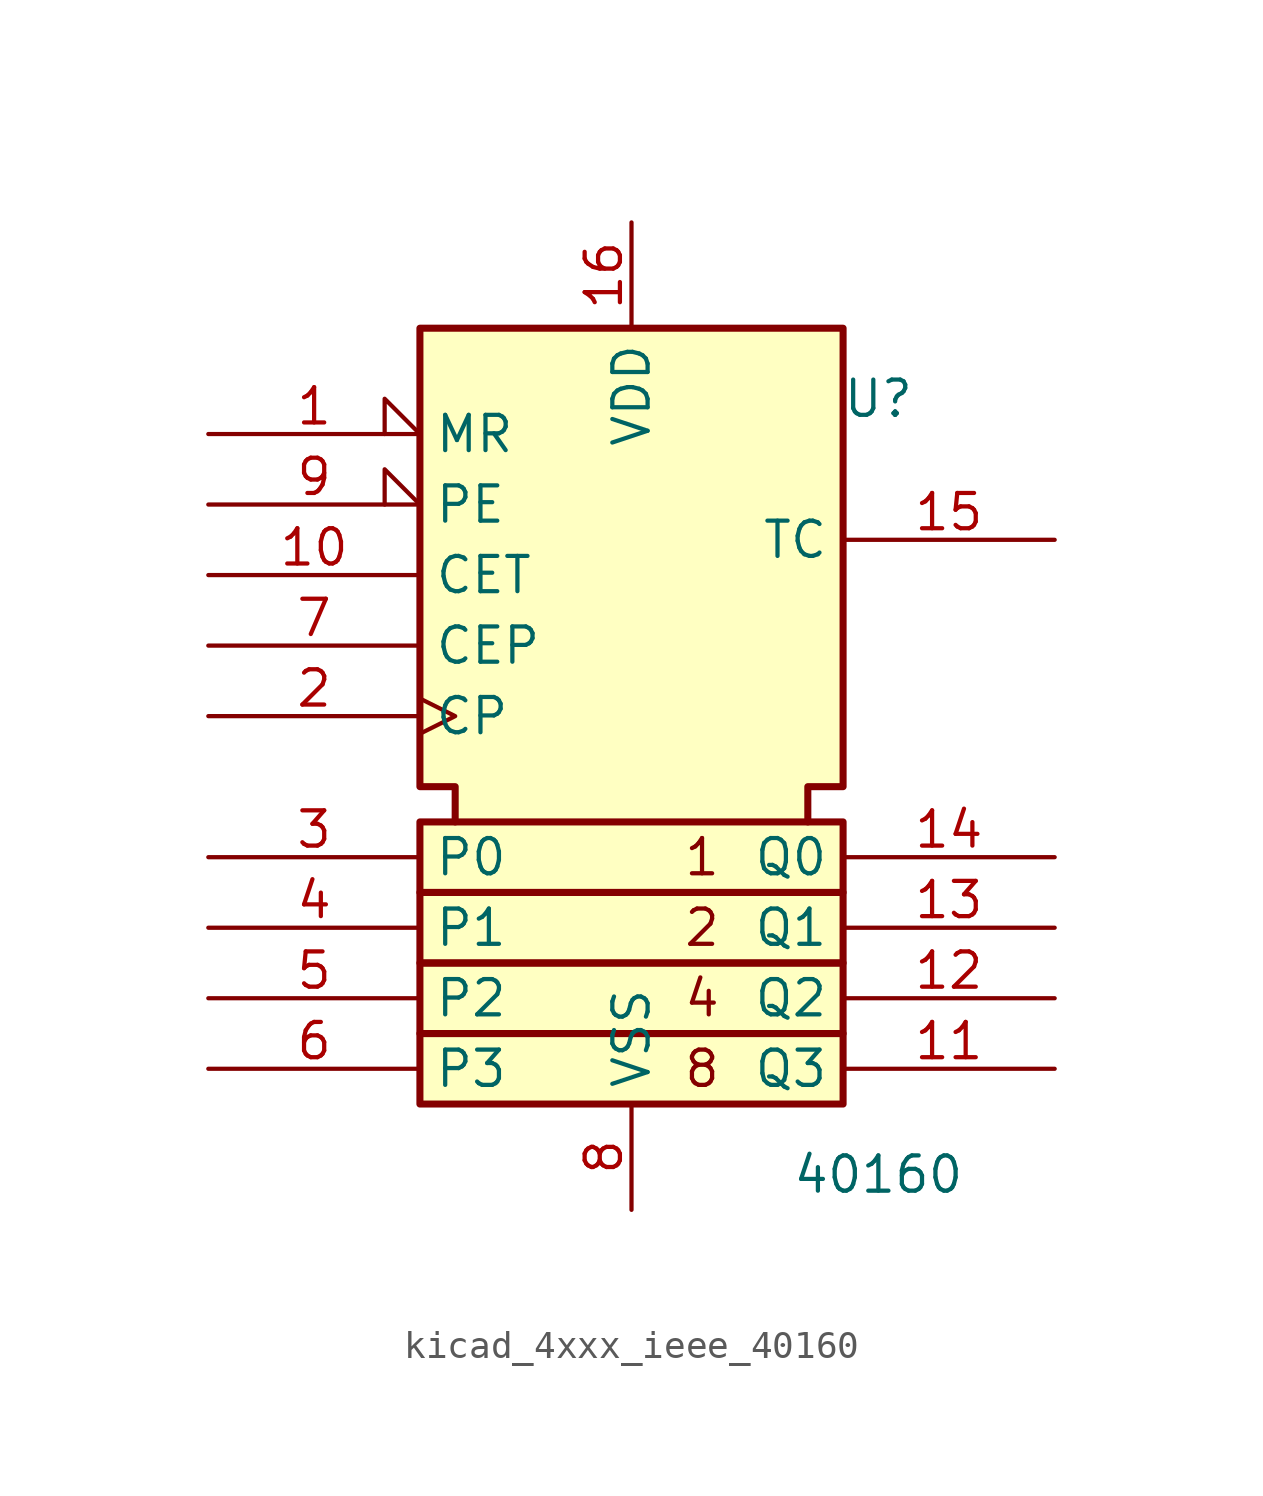
<source format=kicad_sym>
(kicad_symbol_lib
  (version 20220914)
  (generator kicad_symbol_editor)
  (symbol "kicad_4xxx_ieee_40160"
    (property "Reference" "U"
      (at 8.89 8.89 0)
      (effects (font (size 1.27 1.27))))
    (property "Value" "40160"
      (at 8.89 -19.05 0)
      (effects (font (size 1.27 1.27))))
    (symbol "kicad_4xxx_ieee_40160_0_0"
      (rectangle (start -7.62 -13.97) (end 7.62 -16.51) (stroke (width 0.254) (type default)) (fill (type background)))
      (rectangle (start -7.62 -11.43) (end 7.62 -13.97) (stroke (width 0.254) (type default)) (fill (type background)))
      (rectangle (start -7.62 -8.89) (end 7.62 -11.43) (stroke (width 0.254) (type default)) (fill (type background)))
      (rectangle (start -7.62 -6.35) (end 7.62 -8.89) (stroke (width 0.254) (type default)) (fill (type background)))
      (polyline (pts (xy -6.35 -6.35) (xy -6.35 -5.08) (xy -7.62 -5.08) (xy -7.62 11.43) (xy 7.62 11.43) (xy 7.62 -5.08) (xy 6.35 -5.08) (xy 6.35 -6.35) (xy 6.35 -6.35)) (stroke (width 0.254) (type default)) (fill (type background)))
      (text "1" (at 2.54 -7.62 0) (effects (font (size 1.27 1.27))))
      (text "2" (at 2.54 -10.16 0) (effects (font (size 1.27 1.27))))
      (text "4" (at 2.54 -12.7 0) (effects (font (size 1.27 1.27))))
      (text "8" (at 2.54 -15.24 0) (effects (font (size 1.27 1.27)))))
    (symbol "kicad_4xxx_ieee_40160_1_1"
      (pin input input_low (at -15.24 7.62 0) (length 7.62) (name "MR" (effects (font (size 1.27 1.27)))) (number "1" (effects (font (size 1.27 1.27)))))
      (pin input line (at -15.24 2.54 0) (length 7.62) (name "CET" (effects (font (size 1.27 1.27)))) (number "10" (effects (font (size 1.27 1.27)))))
      (pin output line (at 15.24 -15.24 180) (length 7.62) (name "Q3" (effects (font (size 1.27 1.27)))) (number "11" (effects (font (size 1.27 1.27)))))
      (pin output line (at 15.24 -12.7 180) (length 7.62) (name "Q2" (effects (font (size 1.27 1.27)))) (number "12" (effects (font (size 1.27 1.27)))))
      (pin output line (at 15.24 -10.16 180) (length 7.62) (name "Q1" (effects (font (size 1.27 1.27)))) (number "13" (effects (font (size 1.27 1.27)))))
      (pin output line (at 15.24 -7.62 180) (length 7.62) (name "Q0" (effects (font (size 1.27 1.27)))) (number "14" (effects (font (size 1.27 1.27)))))
      (pin output line (at 15.24 3.81 180) (length 7.62) (name "TC" (effects (font (size 1.27 1.27)))) (number "15" (effects (font (size 1.27 1.27)))))
      (pin power_in line (at 0 15.24 270) (length 3.81) (name "VDD" (effects (font (size 1.27 1.27)))) (number "16" (effects (font (size 1.27 1.27)))))
      (pin input clock (at -15.24 -2.54 0) (length 7.62) (name "CP" (effects (font (size 1.27 1.27)))) (number "2" (effects (font (size 1.27 1.27)))))
      (pin input line (at -15.24 -7.62 0) (length 7.62) (name "P0" (effects (font (size 1.27 1.27)))) (number "3" (effects (font (size 1.27 1.27)))))
      (pin input line (at -15.24 -10.16 0) (length 7.62) (name "P1" (effects (font (size 1.27 1.27)))) (number "4" (effects (font (size 1.27 1.27)))))
      (pin input line (at -15.24 -12.7 0) (length 7.62) (name "P2" (effects (font (size 1.27 1.27)))) (number "5" (effects (font (size 1.27 1.27)))))
      (pin input line (at -15.24 -15.24 0) (length 7.62) (name "P3" (effects (font (size 1.27 1.27)))) (number "6" (effects (font (size 1.27 1.27)))))
      (pin input line (at -15.24 0 0) (length 7.62) (name "CEP" (effects (font (size 1.27 1.27)))) (number "7" (effects (font (size 1.27 1.27)))))
      (pin power_in line (at 0 -20.32 90) (length 3.81) (name "VSS" (effects (font (size 1.27 1.27)))) (number "8" (effects (font (size 1.27 1.27)))))
      (pin input input_low (at -15.24 5.08 0) (length 7.62) (name "PE" (effects (font (size 1.27 1.27)))) (number "9" (effects (font (size 1.27 1.27))))))))
</source>
